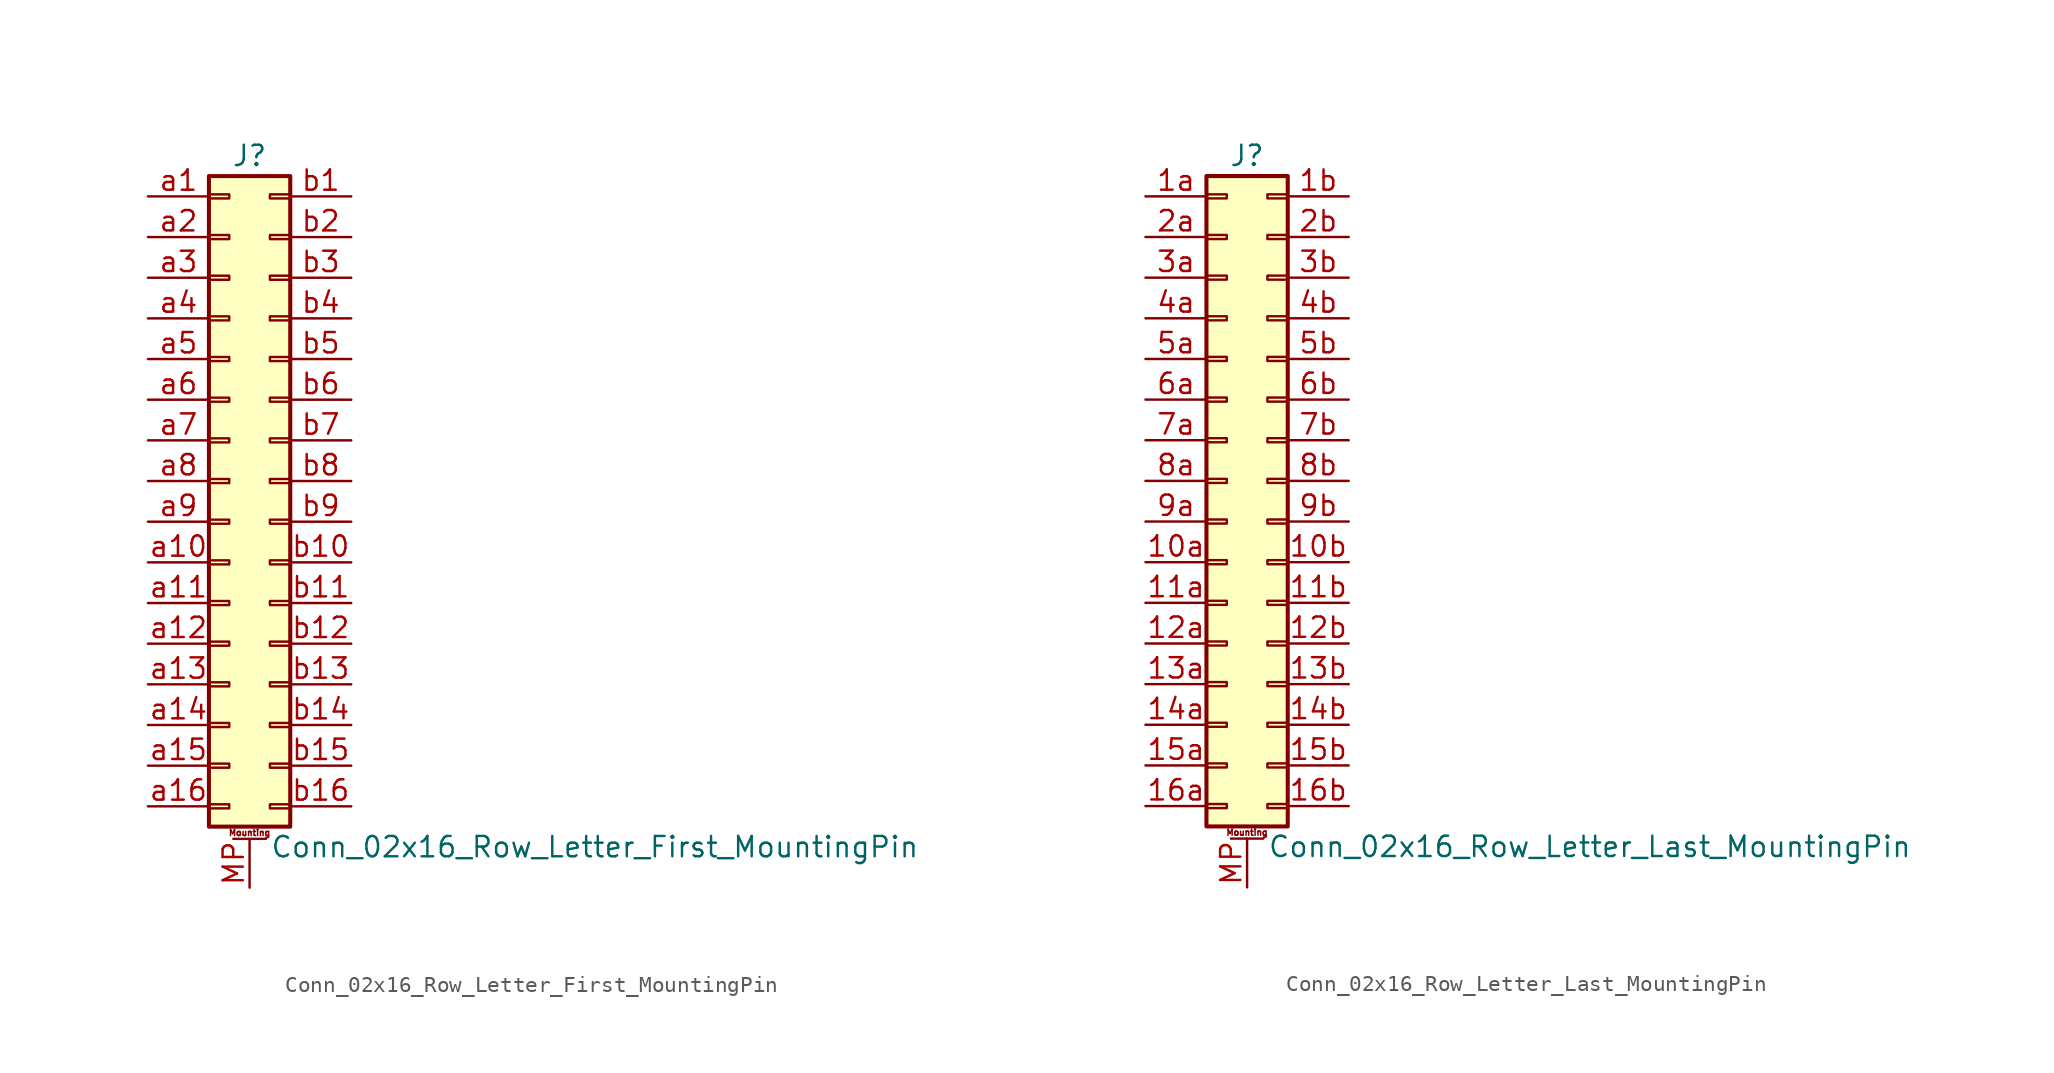
<source format=kicad_sym>
(kicad_symbol_lib
  (version 20201005)
  (generator kicad_symbol_editor)
  (symbol "Conn_02x16_Row_Letter_First_MountingPin"
    (pin_names
      (offset 1.016) hide)
    (property "Reference" "J"
      (at 1.27 20.32 0)
      (effects (font (size 1.27 1.27))))
    (property "Value" "Conn_02x16_Row_Letter_First_MountingPin"
      (at 2.54 -22.86 0)
      (effects (font (size 1.27 1.27)) (justify left)))
    (symbol "Conn_02x16_Row_Letter_First_MountingPin_1_1"
      (text "Mounting" (at 1.27 -21.971 0) (effects (font (size 0.381 0.381))))
      (rectangle (start -1.27 -20.193) (end 0 -20.447) (stroke (width 0.152)) (fill (type none)))
      (rectangle (start -1.27 -17.653) (end 0 -17.907) (stroke (width 0.152)) (fill (type none)))
      (rectangle (start -1.27 -15.113) (end 0 -15.367) (stroke (width 0.152)) (fill (type none)))
      (rectangle (start -1.27 -12.573) (end 0 -12.827) (stroke (width 0.152)) (fill (type none)))
      (rectangle (start -1.27 -10.033) (end 0 -10.287) (stroke (width 0.152)) (fill (type none)))
      (rectangle (start -1.27 -7.493) (end 0 -7.747) (stroke (width 0.152)) (fill (type none)))
      (rectangle (start -1.27 -4.953) (end 0 -5.207) (stroke (width 0.152)) (fill (type none)))
      (rectangle (start -1.27 -2.413) (end 0 -2.667) (stroke (width 0.152)) (fill (type none)))
      (rectangle (start -1.27 0.127) (end 0 -0.127) (stroke (width 0.152)) (fill (type none)))
      (rectangle (start -1.27 2.667) (end 0 2.413) (stroke (width 0.152)) (fill (type none)))
      (rectangle (start -1.27 5.207) (end 0 4.953) (stroke (width 0.152)) (fill (type none)))
      (rectangle (start -1.27 7.747) (end 0 7.493) (stroke (width 0.152)) (fill (type none)))
      (rectangle (start -1.27 10.287) (end 0 10.033) (stroke (width 0.152)) (fill (type none)))
      (rectangle (start -1.27 12.827) (end 0 12.573) (stroke (width 0.152)) (fill (type none)))
      (rectangle (start -1.27 15.367) (end 0 15.113) (stroke (width 0.152)) (fill (type none)))
      (rectangle (start -1.27 17.907) (end 0 17.653) (stroke (width 0.152)) (fill (type none)))
      (rectangle (start -1.27 19.05) (end 3.81 -21.59) (stroke (width 0.254)) (fill (type background)))
      (rectangle (start 3.81 -20.193) (end 2.54 -20.447) (stroke (width 0.152)) (fill (type none)))
      (rectangle (start 3.81 -17.653) (end 2.54 -17.907) (stroke (width 0.152)) (fill (type none)))
      (rectangle (start 3.81 -15.113) (end 2.54 -15.367) (stroke (width 0.152)) (fill (type none)))
      (rectangle (start 3.81 -12.573) (end 2.54 -12.827) (stroke (width 0.152)) (fill (type none)))
      (rectangle (start 3.81 -10.033) (end 2.54 -10.287) (stroke (width 0.152)) (fill (type none)))
      (rectangle (start 3.81 -7.493) (end 2.54 -7.747) (stroke (width 0.152)) (fill (type none)))
      (rectangle (start 3.81 -4.953) (end 2.54 -5.207) (stroke (width 0.152)) (fill (type none)))
      (rectangle (start 3.81 -2.413) (end 2.54 -2.667) (stroke (width 0.152)) (fill (type none)))
      (rectangle (start 3.81 0.127) (end 2.54 -0.127) (stroke (width 0.152)) (fill (type none)))
      (rectangle (start 3.81 2.667) (end 2.54 2.413) (stroke (width 0.152)) (fill (type none)))
      (rectangle (start 3.81 5.207) (end 2.54 4.953) (stroke (width 0.152)) (fill (type none)))
      (rectangle (start 3.81 7.747) (end 2.54 7.493) (stroke (width 0.152)) (fill (type none)))
      (rectangle (start 3.81 10.287) (end 2.54 10.033) (stroke (width 0.152)) (fill (type none)))
      (rectangle (start 3.81 12.827) (end 2.54 12.573) (stroke (width 0.152)) (fill (type none)))
      (rectangle (start 3.81 15.367) (end 2.54 15.113) (stroke (width 0.152)) (fill (type none)))
      (rectangle (start 3.81 17.907) (end 2.54 17.653) (stroke (width 0.152)) (fill (type none)))
      (polyline (pts (xy 0.254 -22.352) (xy 2.286 -22.352)) (stroke (width 0.152)) (fill (type none)))
      (pin passive line (at 1.27 -25.4 90) (length 3.048) (name "MountPin" (effects (font (size 1.27 1.27)))) (number "MP" (effects (font (size 1.27 1.27)))))
      (pin passive line (at -5.08 17.78 0) (length 3.81) (name "Pin_a1" (effects (font (size 1.27 1.27)))) (number "a1" (effects (font (size 1.27 1.27)))))
      (pin passive line (at -5.08 -5.08 0) (length 3.81) (name "Pin_a10" (effects (font (size 1.27 1.27)))) (number "a10" (effects (font (size 1.27 1.27)))))
      (pin passive line (at -5.08 -7.62 0) (length 3.81) (name "Pin_a11" (effects (font (size 1.27 1.27)))) (number "a11" (effects (font (size 1.27 1.27)))))
      (pin passive line (at -5.08 -10.16 0) (length 3.81) (name "Pin_a12" (effects (font (size 1.27 1.27)))) (number "a12" (effects (font (size 1.27 1.27)))))
      (pin passive line (at -5.08 -12.7 0) (length 3.81) (name "Pin_a13" (effects (font (size 1.27 1.27)))) (number "a13" (effects (font (size 1.27 1.27)))))
      (pin passive line (at -5.08 -15.24 0) (length 3.81) (name "Pin_a14" (effects (font (size 1.27 1.27)))) (number "a14" (effects (font (size 1.27 1.27)))))
      (pin passive line (at -5.08 -17.78 0) (length 3.81) (name "Pin_a15" (effects (font (size 1.27 1.27)))) (number "a15" (effects (font (size 1.27 1.27)))))
      (pin passive line (at -5.08 -20.32 0) (length 3.81) (name "Pin_a16" (effects (font (size 1.27 1.27)))) (number "a16" (effects (font (size 1.27 1.27)))))
      (pin passive line (at -5.08 15.24 0) (length 3.81) (name "Pin_a2" (effects (font (size 1.27 1.27)))) (number "a2" (effects (font (size 1.27 1.27)))))
      (pin passive line (at -5.08 12.7 0) (length 3.81) (name "Pin_a3" (effects (font (size 1.27 1.27)))) (number "a3" (effects (font (size 1.27 1.27)))))
      (pin passive line (at -5.08 10.16 0) (length 3.81) (name "Pin_a4" (effects (font (size 1.27 1.27)))) (number "a4" (effects (font (size 1.27 1.27)))))
      (pin passive line (at -5.08 7.62 0) (length 3.81) (name "Pin_a5" (effects (font (size 1.27 1.27)))) (number "a5" (effects (font (size 1.27 1.27)))))
      (pin passive line (at -5.08 5.08 0) (length 3.81) (name "Pin_a6" (effects (font (size 1.27 1.27)))) (number "a6" (effects (font (size 1.27 1.27)))))
      (pin passive line (at -5.08 2.54 0) (length 3.81) (name "Pin_a7" (effects (font (size 1.27 1.27)))) (number "a7" (effects (font (size 1.27 1.27)))))
      (pin passive line (at -5.08 0 0) (length 3.81) (name "Pin_a8" (effects (font (size 1.27 1.27)))) (number "a8" (effects (font (size 1.27 1.27)))))
      (pin passive line (at -5.08 -2.54 0) (length 3.81) (name "Pin_a9" (effects (font (size 1.27 1.27)))) (number "a9" (effects (font (size 1.27 1.27)))))
      (pin passive line (at 7.62 17.78 180) (length 3.81) (name "Pin_b1" (effects (font (size 1.27 1.27)))) (number "b1" (effects (font (size 1.27 1.27)))))
      (pin passive line (at 7.62 -5.08 180) (length 3.81) (name "Pin_b10" (effects (font (size 1.27 1.27)))) (number "b10" (effects (font (size 1.27 1.27)))))
      (pin passive line (at 7.62 -7.62 180) (length 3.81) (name "Pin_b11" (effects (font (size 1.27 1.27)))) (number "b11" (effects (font (size 1.27 1.27)))))
      (pin passive line (at 7.62 -10.16 180) (length 3.81) (name "Pin_b12" (effects (font (size 1.27 1.27)))) (number "b12" (effects (font (size 1.27 1.27)))))
      (pin passive line (at 7.62 -12.7 180) (length 3.81) (name "Pin_b13" (effects (font (size 1.27 1.27)))) (number "b13" (effects (font (size 1.27 1.27)))))
      (pin passive line (at 7.62 -15.24 180) (length 3.81) (name "Pin_b14" (effects (font (size 1.27 1.27)))) (number "b14" (effects (font (size 1.27 1.27)))))
      (pin passive line (at 7.62 -17.78 180) (length 3.81) (name "Pin_b15" (effects (font (size 1.27 1.27)))) (number "b15" (effects (font (size 1.27 1.27)))))
      (pin passive line (at 7.62 -20.32 180) (length 3.81) (name "Pin_b16" (effects (font (size 1.27 1.27)))) (number "b16" (effects (font (size 1.27 1.27)))))
      (pin passive line (at 7.62 15.24 180) (length 3.81) (name "Pin_b2" (effects (font (size 1.27 1.27)))) (number "b2" (effects (font (size 1.27 1.27)))))
      (pin passive line (at 7.62 12.7 180) (length 3.81) (name "Pin_b3" (effects (font (size 1.27 1.27)))) (number "b3" (effects (font (size 1.27 1.27)))))
      (pin passive line (at 7.62 10.16 180) (length 3.81) (name "Pin_b4" (effects (font (size 1.27 1.27)))) (number "b4" (effects (font (size 1.27 1.27)))))
      (pin passive line (at 7.62 7.62 180) (length 3.81) (name "Pin_b5" (effects (font (size 1.27 1.27)))) (number "b5" (effects (font (size 1.27 1.27)))))
      (pin passive line (at 7.62 5.08 180) (length 3.81) (name "Pin_b6" (effects (font (size 1.27 1.27)))) (number "b6" (effects (font (size 1.27 1.27)))))
      (pin passive line (at 7.62 2.54 180) (length 3.81) (name "Pin_b7" (effects (font (size 1.27 1.27)))) (number "b7" (effects (font (size 1.27 1.27)))))
      (pin passive line (at 7.62 0 180) (length 3.81) (name "Pin_b8" (effects (font (size 1.27 1.27)))) (number "b8" (effects (font (size 1.27 1.27)))))
      (pin passive line (at 7.62 -2.54 180) (length 3.81) (name "Pin_b9" (effects (font (size 1.27 1.27)))) (number "b9" (effects (font (size 1.27 1.27)))))))
  (symbol "Conn_02x16_Row_Letter_Last_MountingPin"
    (pin_names
      (offset 1.016) hide)
    (property "Reference" "J"
      (at 1.27 20.32 0)
      (effects (font (size 1.27 1.27))))
    (property "Value" "Conn_02x16_Row_Letter_Last_MountingPin"
      (at 2.54 -22.86 0)
      (effects (font (size 1.27 1.27)) (justify left)))
    (symbol "Conn_02x16_Row_Letter_Last_MountingPin_1_1"
      (text "Mounting" (at 1.27 -21.971 0) (effects (font (size 0.381 0.381))))
      (rectangle (start -1.27 -20.193) (end 0 -20.447) (stroke (width 0.152)) (fill (type none)))
      (rectangle (start -1.27 -17.653) (end 0 -17.907) (stroke (width 0.152)) (fill (type none)))
      (rectangle (start -1.27 -15.113) (end 0 -15.367) (stroke (width 0.152)) (fill (type none)))
      (rectangle (start -1.27 -12.573) (end 0 -12.827) (stroke (width 0.152)) (fill (type none)))
      (rectangle (start -1.27 -10.033) (end 0 -10.287) (stroke (width 0.152)) (fill (type none)))
      (rectangle (start -1.27 -7.493) (end 0 -7.747) (stroke (width 0.152)) (fill (type none)))
      (rectangle (start -1.27 -4.953) (end 0 -5.207) (stroke (width 0.152)) (fill (type none)))
      (rectangle (start -1.27 -2.413) (end 0 -2.667) (stroke (width 0.152)) (fill (type none)))
      (rectangle (start -1.27 0.127) (end 0 -0.127) (stroke (width 0.152)) (fill (type none)))
      (rectangle (start -1.27 2.667) (end 0 2.413) (stroke (width 0.152)) (fill (type none)))
      (rectangle (start -1.27 5.207) (end 0 4.953) (stroke (width 0.152)) (fill (type none)))
      (rectangle (start -1.27 7.747) (end 0 7.493) (stroke (width 0.152)) (fill (type none)))
      (rectangle (start -1.27 10.287) (end 0 10.033) (stroke (width 0.152)) (fill (type none)))
      (rectangle (start -1.27 12.827) (end 0 12.573) (stroke (width 0.152)) (fill (type none)))
      (rectangle (start -1.27 15.367) (end 0 15.113) (stroke (width 0.152)) (fill (type none)))
      (rectangle (start -1.27 17.907) (end 0 17.653) (stroke (width 0.152)) (fill (type none)))
      (rectangle (start -1.27 19.05) (end 3.81 -21.59) (stroke (width 0.254)) (fill (type background)))
      (rectangle (start 3.81 -20.193) (end 2.54 -20.447) (stroke (width 0.152)) (fill (type none)))
      (rectangle (start 3.81 -17.653) (end 2.54 -17.907) (stroke (width 0.152)) (fill (type none)))
      (rectangle (start 3.81 -15.113) (end 2.54 -15.367) (stroke (width 0.152)) (fill (type none)))
      (rectangle (start 3.81 -12.573) (end 2.54 -12.827) (stroke (width 0.152)) (fill (type none)))
      (rectangle (start 3.81 -10.033) (end 2.54 -10.287) (stroke (width 0.152)) (fill (type none)))
      (rectangle (start 3.81 -7.493) (end 2.54 -7.747) (stroke (width 0.152)) (fill (type none)))
      (rectangle (start 3.81 -4.953) (end 2.54 -5.207) (stroke (width 0.152)) (fill (type none)))
      (rectangle (start 3.81 -2.413) (end 2.54 -2.667) (stroke (width 0.152)) (fill (type none)))
      (rectangle (start 3.81 0.127) (end 2.54 -0.127) (stroke (width 0.152)) (fill (type none)))
      (rectangle (start 3.81 2.667) (end 2.54 2.413) (stroke (width 0.152)) (fill (type none)))
      (rectangle (start 3.81 5.207) (end 2.54 4.953) (stroke (width 0.152)) (fill (type none)))
      (rectangle (start 3.81 7.747) (end 2.54 7.493) (stroke (width 0.152)) (fill (type none)))
      (rectangle (start 3.81 10.287) (end 2.54 10.033) (stroke (width 0.152)) (fill (type none)))
      (rectangle (start 3.81 12.827) (end 2.54 12.573) (stroke (width 0.152)) (fill (type none)))
      (rectangle (start 3.81 15.367) (end 2.54 15.113) (stroke (width 0.152)) (fill (type none)))
      (rectangle (start 3.81 17.907) (end 2.54 17.653) (stroke (width 0.152)) (fill (type none)))
      (polyline (pts (xy 0.254 -22.352) (xy 2.286 -22.352)) (stroke (width 0.152)) (fill (type none)))
      (pin passive line (at -5.08 -5.08 0) (length 3.81) (name "Pin_10a" (effects (font (size 1.27 1.27)))) (number "10a" (effects (font (size 1.27 1.27)))))
      (pin passive line (at 7.62 -5.08 180) (length 3.81) (name "Pin_10b" (effects (font (size 1.27 1.27)))) (number "10b" (effects (font (size 1.27 1.27)))))
      (pin passive line (at -5.08 -7.62 0) (length 3.81) (name "Pin_11a" (effects (font (size 1.27 1.27)))) (number "11a" (effects (font (size 1.27 1.27)))))
      (pin passive line (at 7.62 -7.62 180) (length 3.81) (name "Pin_11b" (effects (font (size 1.27 1.27)))) (number "11b" (effects (font (size 1.27 1.27)))))
      (pin passive line (at -5.08 -10.16 0) (length 3.81) (name "Pin_12a" (effects (font (size 1.27 1.27)))) (number "12a" (effects (font (size 1.27 1.27)))))
      (pin passive line (at 7.62 -10.16 180) (length 3.81) (name "Pin_12b" (effects (font (size 1.27 1.27)))) (number "12b" (effects (font (size 1.27 1.27)))))
      (pin passive line (at -5.08 -12.7 0) (length 3.81) (name "Pin_13a" (effects (font (size 1.27 1.27)))) (number "13a" (effects (font (size 1.27 1.27)))))
      (pin passive line (at 7.62 -12.7 180) (length 3.81) (name "Pin_13b" (effects (font (size 1.27 1.27)))) (number "13b" (effects (font (size 1.27 1.27)))))
      (pin passive line (at -5.08 -15.24 0) (length 3.81) (name "Pin_14a" (effects (font (size 1.27 1.27)))) (number "14a" (effects (font (size 1.27 1.27)))))
      (pin passive line (at 7.62 -15.24 180) (length 3.81) (name "Pin_14b" (effects (font (size 1.27 1.27)))) (number "14b" (effects (font (size 1.27 1.27)))))
      (pin passive line (at -5.08 -17.78 0) (length 3.81) (name "Pin_15a" (effects (font (size 1.27 1.27)))) (number "15a" (effects (font (size 1.27 1.27)))))
      (pin passive line (at 7.62 -17.78 180) (length 3.81) (name "Pin_15b" (effects (font (size 1.27 1.27)))) (number "15b" (effects (font (size 1.27 1.27)))))
      (pin passive line (at -5.08 -20.32 0) (length 3.81) (name "Pin_16a" (effects (font (size 1.27 1.27)))) (number "16a" (effects (font (size 1.27 1.27)))))
      (pin passive line (at 7.62 -20.32 180) (length 3.81) (name "Pin_16b" (effects (font (size 1.27 1.27)))) (number "16b" (effects (font (size 1.27 1.27)))))
      (pin passive line (at -5.08 17.78 0) (length 3.81) (name "Pin_1a" (effects (font (size 1.27 1.27)))) (number "1a" (effects (font (size 1.27 1.27)))))
      (pin passive line (at 7.62 17.78 180) (length 3.81) (name "Pin_1b" (effects (font (size 1.27 1.27)))) (number "1b" (effects (font (size 1.27 1.27)))))
      (pin passive line (at -5.08 15.24 0) (length 3.81) (name "Pin_2a" (effects (font (size 1.27 1.27)))) (number "2a" (effects (font (size 1.27 1.27)))))
      (pin passive line (at 7.62 15.24 180) (length 3.81) (name "Pin_2b" (effects (font (size 1.27 1.27)))) (number "2b" (effects (font (size 1.27 1.27)))))
      (pin passive line (at -5.08 12.7 0) (length 3.81) (name "Pin_3a" (effects (font (size 1.27 1.27)))) (number "3a" (effects (font (size 1.27 1.27)))))
      (pin passive line (at 7.62 12.7 180) (length 3.81) (name "Pin_3b" (effects (font (size 1.27 1.27)))) (number "3b" (effects (font (size 1.27 1.27)))))
      (pin passive line (at -5.08 10.16 0) (length 3.81) (name "Pin_4a" (effects (font (size 1.27 1.27)))) (number "4a" (effects (font (size 1.27 1.27)))))
      (pin passive line (at 7.62 10.16 180) (length 3.81) (name "Pin_4b" (effects (font (size 1.27 1.27)))) (number "4b" (effects (font (size 1.27 1.27)))))
      (pin passive line (at -5.08 7.62 0) (length 3.81) (name "Pin_5a" (effects (font (size 1.27 1.27)))) (number "5a" (effects (font (size 1.27 1.27)))))
      (pin passive line (at 7.62 7.62 180) (length 3.81) (name "Pin_5b" (effects (font (size 1.27 1.27)))) (number "5b" (effects (font (size 1.27 1.27)))))
      (pin passive line (at -5.08 5.08 0) (length 3.81) (name "Pin_6a" (effects (font (size 1.27 1.27)))) (number "6a" (effects (font (size 1.27 1.27)))))
      (pin passive line (at 7.62 5.08 180) (length 3.81) (name "Pin_6b" (effects (font (size 1.27 1.27)))) (number "6b" (effects (font (size 1.27 1.27)))))
      (pin passive line (at -5.08 2.54 0) (length 3.81) (name "Pin_7a" (effects (font (size 1.27 1.27)))) (number "7a" (effects (font (size 1.27 1.27)))))
      (pin passive line (at 7.62 2.54 180) (length 3.81) (name "Pin_7b" (effects (font (size 1.27 1.27)))) (number "7b" (effects (font (size 1.27 1.27)))))
      (pin passive line (at -5.08 0 0) (length 3.81) (name "Pin_8a" (effects (font (size 1.27 1.27)))) (number "8a" (effects (font (size 1.27 1.27)))))
      (pin passive line (at 7.62 0 180) (length 3.81) (name "Pin_8b" (effects (font (size 1.27 1.27)))) (number "8b" (effects (font (size 1.27 1.27)))))
      (pin passive line (at -5.08 -2.54 0) (length 3.81) (name "Pin_9a" (effects (font (size 1.27 1.27)))) (number "9a" (effects (font (size 1.27 1.27)))))
      (pin passive line (at 7.62 -2.54 180) (length 3.81) (name "Pin_9b" (effects (font (size 1.27 1.27)))) (number "9b" (effects (font (size 1.27 1.27)))))
      (pin passive line (at 1.27 -25.4 90) (length 3.048) (name "MountPin" (effects (font (size 1.27 1.27)))) (number "MP" (effects (font (size 1.27 1.27))))))))
</source>
